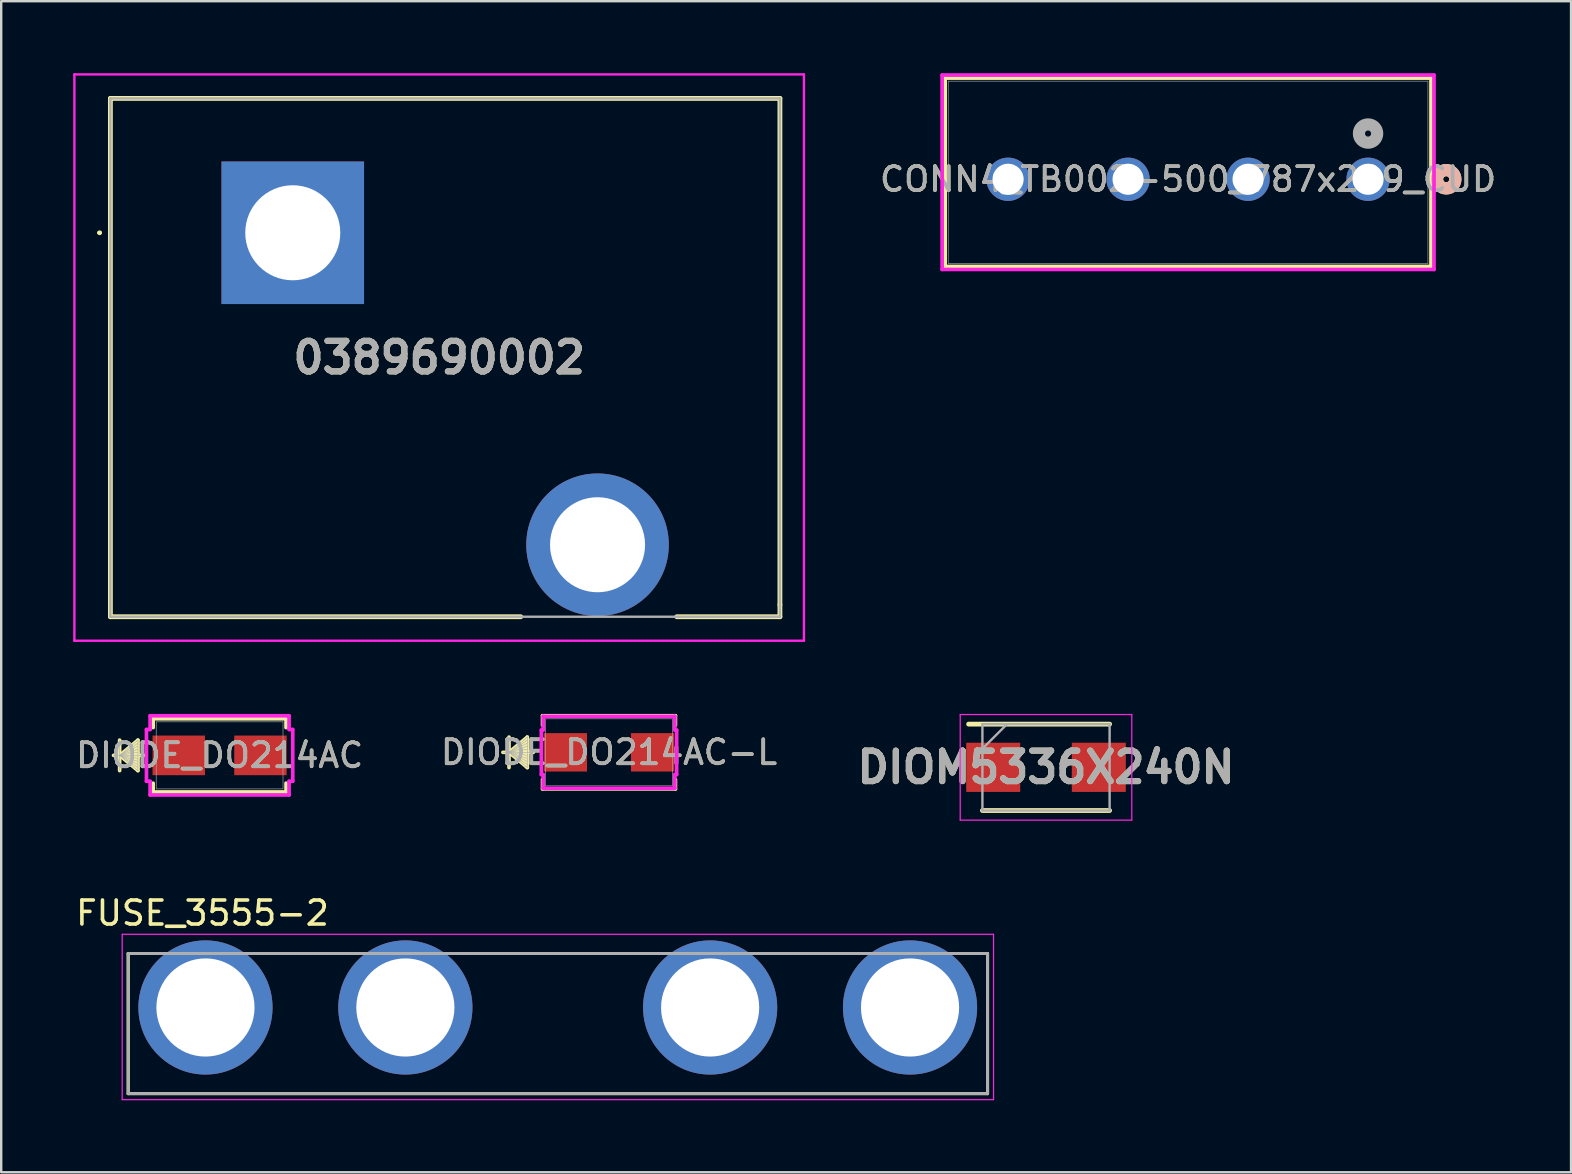
<source format=kicad_pcb>
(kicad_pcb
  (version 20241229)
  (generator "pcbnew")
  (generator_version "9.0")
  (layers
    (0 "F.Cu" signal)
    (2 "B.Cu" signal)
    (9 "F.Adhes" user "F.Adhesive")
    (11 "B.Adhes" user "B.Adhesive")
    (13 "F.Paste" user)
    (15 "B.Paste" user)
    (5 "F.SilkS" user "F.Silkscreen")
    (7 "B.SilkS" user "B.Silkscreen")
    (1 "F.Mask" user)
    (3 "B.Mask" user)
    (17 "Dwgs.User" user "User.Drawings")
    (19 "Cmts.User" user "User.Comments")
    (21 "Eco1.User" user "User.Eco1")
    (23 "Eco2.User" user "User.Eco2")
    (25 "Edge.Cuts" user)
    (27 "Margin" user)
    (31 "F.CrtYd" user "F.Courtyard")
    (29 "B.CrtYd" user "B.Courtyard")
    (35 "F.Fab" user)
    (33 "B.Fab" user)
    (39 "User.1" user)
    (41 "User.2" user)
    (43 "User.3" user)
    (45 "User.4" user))
  (footprint "CONN4_TB002-500_787x299_CUD"
    (layer "F.Cu")
    (at 53.958 4.42)
    (property "Reference" "CONN4_TB002-500_787x299_CUD" (at -7.5 0 0) (unlocked yes) (layer "F.SilkS") (effects (font (size 1 1) (thickness 0.15))))
    (attr through_hole)
    (fp_line (start -17.622 -4.216) (end -17.622 3.632) (stroke (width 0.152) (type solid)) (layer "F.SilkS"))
    (fp_line (start -17.622 3.632) (end 2.622 3.632) (stroke (width 0.152) (type solid)) (layer "F.SilkS"))
    (fp_line (start 2.622 -4.216) (end -17.622 -4.216) (stroke (width 0.152) (type solid)) (layer "F.SilkS"))
    (fp_line (start 2.622 3.632) (end 2.622 -4.216) (stroke (width 0.152) (type solid)) (layer "F.SilkS"))
    (fp_circle (center 3.257 0) (end 3.638 0) (stroke (width 0.508) (type solid)) (fill no) (layer "F.SilkS"))
    (fp_circle (center 3.257 0) (end 3.638 0) (stroke (width 0.508) (type solid)) (fill no) (layer "B.SilkS"))
    (fp_line (start -17.749 -4.343) (end -17.749 3.759) (stroke (width 0.152) (type solid)) (layer "F.CrtYd"))
    (fp_line (start -17.749 3.759) (end 2.749 3.759) (stroke (width 0.152) (type solid)) (layer "F.CrtYd"))
    (fp_line (start 2.749 -4.343) (end -17.749 -4.343) (stroke (width 0.152) (type solid)) (layer "F.CrtYd"))
    (fp_line (start 2.749 3.759) (end 2.749 -4.343) (stroke (width 0.152) (type solid)) (layer "F.CrtYd"))
    (fp_line (start -17.495 -4.089) (end -17.495 3.505) (stroke (width 0.025) (type solid)) (layer "F.Fab"))
    (fp_line (start -17.495 3.505) (end 2.495 3.505) (stroke (width 0.025) (type solid)) (layer "F.Fab"))
    (fp_line (start 2.495 -4.089) (end -17.495 -4.089) (stroke (width 0.025) (type solid)) (layer "F.Fab"))
    (fp_line (start 2.495 3.505) (end 2.495 -4.089) (stroke (width 0.025) (type solid)) (layer "F.Fab"))
    (fp_circle (center 0 -1.905) (end 0.381 -1.905) (stroke (width 0.508) (type solid)) (fill no) (layer "F.Fab"))
    (fp_text user "${REFERENCE}" (at -7.5 0 0) (unlocked yes) (layer "F.Fab") (effects (font (size 1 1) (thickness 0.15))))
    (pad "1" thru_hole circle (at 0 0) (size 1.803 1.803) (drill 1.295) (layers "*.Cu" "*.Mask"))
    (pad "2" thru_hole circle (at -5 0) (size 1.803 1.803) (drill 1.295) (layers "*.Cu" "*.Mask"))
    (pad "3" thru_hole circle (at -10 0) (size 1.803 1.803) (drill 1.295) (layers "*.Cu" "*.Mask"))
    (pad "4" thru_hole circle (at -15 0) (size 1.803 1.803) (drill 1.295) (layers "*.Cu" "*.Mask")))
  (footprint "DIODE_DO214AC"
    (layer "F.Cu")
    (at 6.101 28.427)
    (property "Reference" "DIODE_DO214AC" (at 0 0 0) (unlocked yes) (layer "F.SilkS") (effects (font (size 1 1) (thickness 0.15))))
    (attr smd)
    (fp_line (start -4.166 -0.635) (end -4.166 0.635) (stroke (width 0.152) (type solid)) (layer "F.SilkS"))
    (fp_line (start -4.166 0) (end -3.404 -0.635) (stroke (width 0.152) (type solid)) (layer "F.SilkS"))
    (fp_line (start -4.166 0) (end -3.404 -0.508) (stroke (width 0.152) (type solid)) (layer "F.SilkS"))
    (fp_line (start -4.166 0) (end -3.404 -0.381) (stroke (width 0.152) (type solid)) (layer "F.SilkS"))
    (fp_line (start -4.166 0) (end -3.404 -0.254) (stroke (width 0.152) (type solid)) (layer "F.SilkS"))
    (fp_line (start -4.166 0) (end -3.404 -0.127) (stroke (width 0.152) (type solid)) (layer "F.SilkS"))
    (fp_line (start -4.166 0) (end -3.404 0.127) (stroke (width 0.152) (type solid)) (layer "F.SilkS"))
    (fp_line (start -4.166 0) (end -3.404 0.254) (stroke (width 0.152) (type solid)) (layer "F.SilkS"))
    (fp_line (start -4.166 0) (end -3.404 0.381) (stroke (width 0.152) (type solid)) (layer "F.SilkS"))
    (fp_line (start -4.166 0) (end -3.404 0.508) (stroke (width 0.152) (type solid)) (layer "F.SilkS"))
    (fp_line (start -4.166 0) (end -3.404 0.635) (stroke (width 0.152) (type solid)) (layer "F.SilkS"))
    (fp_line (start -3.404 -0.635) (end -3.404 0.635) (stroke (width 0.152) (type solid)) (layer "F.SilkS"))
    (fp_line (start -3.15 0) (end -4.42 0) (stroke (width 0.152) (type solid)) (layer "F.SilkS"))
    (fp_line (start -2.769 -1.524) (end -2.769 -1.158) (stroke (width 0.152) (type solid)) (layer "F.SilkS"))
    (fp_line (start -2.769 1.158) (end -2.769 1.524) (stroke (width 0.152) (type solid)) (layer "F.SilkS"))
    (fp_line (start -2.769 1.524) (end 2.769 1.524) (stroke (width 0.152) (type solid)) (layer "F.SilkS"))
    (fp_line (start 2.769 -1.524) (end -2.769 -1.524) (stroke (width 0.152) (type solid)) (layer "F.SilkS"))
    (fp_line (start 2.769 -1.158) (end 2.769 -1.524) (stroke (width 0.152) (type solid)) (layer "F.SilkS"))
    (fp_line (start 2.769 1.524) (end 2.769 1.158) (stroke (width 0.152) (type solid)) (layer "F.SilkS"))
    (fp_line (start -3.048 -1.079) (end -2.896 -1.079) (stroke (width 0.152) (type solid)) (layer "F.CrtYd"))
    (fp_line (start -3.048 1.079) (end -3.048 -1.079) (stroke (width 0.152) (type solid)) (layer "F.CrtYd"))
    (fp_line (start -2.896 -1.651) (end 2.896 -1.651) (stroke (width 0.152) (type solid)) (layer "F.CrtYd"))
    (fp_line (start -2.896 -1.079) (end -2.896 -1.651) (stroke (width 0.152) (type solid)) (layer "F.CrtYd"))
    (fp_line (start -2.896 1.079) (end -3.048 1.079) (stroke (width 0.152) (type solid)) (layer "F.CrtYd"))
    (fp_line (start -2.896 1.651) (end -2.896 1.079) (stroke (width 0.152) (type solid)) (layer "F.CrtYd"))
    (fp_line (start 2.896 -1.651) (end 2.896 -1.079) (stroke (width 0.152) (type solid)) (layer "F.CrtYd"))
    (fp_line (start 2.896 -1.079) (end 3.048 -1.079) (stroke (width 0.152) (type solid)) (layer "F.CrtYd"))
    (fp_line (start 2.896 1.079) (end 2.896 1.651) (stroke (width 0.152) (type solid)) (layer "F.CrtYd"))
    (fp_line (start 2.896 1.651) (end -2.896 1.651) (stroke (width 0.152) (type solid)) (layer "F.CrtYd"))
    (fp_line (start 3.048 -1.079) (end 3.048 1.079) (stroke (width 0.152) (type solid)) (layer "F.CrtYd"))
    (fp_line (start 3.048 1.079) (end 2.896 1.079) (stroke (width 0.152) (type solid)) (layer "F.CrtYd"))
    (fp_line (start -4.166 -0.635) (end -4.166 0.635) (stroke (width 0.025) (type solid)) (layer "F.Fab"))
    (fp_line (start -4.166 0) (end -3.404 -0.635) (stroke (width 0.025) (type solid)) (layer "F.Fab"))
    (fp_line (start -4.166 0) (end -3.404 -0.508) (stroke (width 0.025) (type solid)) (layer "F.Fab"))
    (fp_line (start -4.166 0) (end -3.404 -0.381) (stroke (width 0.025) (type solid)) (layer "F.Fab"))
    (fp_line (start -4.166 0) (end -3.404 -0.254) (stroke (width 0.025) (type solid)) (layer "F.Fab"))
    (fp_line (start -4.166 0) (end -3.404 -0.127) (stroke (width 0.025) (type solid)) (layer "F.Fab"))
    (fp_line (start -4.166 0) (end -3.404 0.127) (stroke (width 0.025) (type solid)) (layer "F.Fab"))
    (fp_line (start -4.166 0) (end -3.404 0.254) (stroke (width 0.025) (type solid)) (layer "F.Fab"))
    (fp_line (start -4.166 0) (end -3.404 0.381) (stroke (width 0.025) (type solid)) (layer "F.Fab"))
    (fp_line (start -4.166 0) (end -3.404 0.508) (stroke (width 0.025) (type solid)) (layer "F.Fab"))
    (fp_line (start -4.166 0) (end -3.404 0.635) (stroke (width 0.025) (type solid)) (layer "F.Fab"))
    (fp_line (start -3.404 -0.635) (end -3.404 0.635) (stroke (width 0.025) (type solid)) (layer "F.Fab"))
    (fp_line (start -3.15 0) (end -4.42 0) (stroke (width 0.025) (type solid)) (layer "F.Fab"))
    (fp_line (start -2.642 -1.397) (end -2.642 1.397) (stroke (width 0.025) (type solid)) (layer "F.Fab"))
    (fp_line (start -2.642 1.397) (end 2.642 1.397) (stroke (width 0.025) (type solid)) (layer "F.Fab"))
    (fp_line (start 2.642 -1.397) (end -2.642 -1.397) (stroke (width 0.025) (type solid)) (layer "F.Fab"))
    (fp_line (start 2.642 1.397) (end 2.642 -1.397) (stroke (width 0.025) (type solid)) (layer "F.Fab"))
    (fp_text user "${REFERENCE}" (at 0 0 0) (unlocked yes) (layer "F.Fab") (effects (font (size 1 1) (thickness 0.15))))
    (pad "1" smd rect (at -1.702 0 90) (size 1.651 2.184) (layers "F.Cu" "F.Mask" "F.Paste"))
    (pad "2" smd rect (at 1.702 0 90) (size 1.651 2.184) (layers "F.Cu" "F.Mask" "F.Paste"))
    (zone (net_name "") (layer "F.Cu") (hatch full 0.508) (connect_pads) (min_thickness 0.254) (filled_areas_thickness no) (keepout (tracks not_allowed) (vias not_allowed) (pads allowed) (copperpour not_allowed) (footprints allowed)) (placement (enabled no)) (fill) (polygon (pts (xy 3.51 27.081) (xy 8.692 27.081) (xy 8.692 27.551) (xy 3.51 27.551))))
    (zone (net_name "") (layer "F.Cu") (hatch full 0.508) (connect_pads) (min_thickness 0.254) (filled_areas_thickness no) (keepout (tracks not_allowed) (vias not_allowed) (pads allowed) (copperpour not_allowed) (footprints allowed)) (placement (enabled no)) (fill) (polygon (pts (xy 3.51 29.303) (xy 8.692 29.303) (xy 8.692 29.773) (xy 3.51 29.773))))
    (zone (net_name "") (layer "F.Cu") (hatch full 0.508) (connect_pads) (min_thickness 0.254) (filled_areas_thickness no) (keepout (tracks not_allowed) (vias not_allowed) (pads allowed) (copperpour not_allowed) (footprints allowed)) (placement (enabled no)) (fill) (polygon (pts (xy 5.542 27.551) (xy 6.66 27.551) (xy 6.66 29.303) (xy 5.542 29.303)))))
  (footprint "FUSE_3555-2"
    (layer "F.Cu")
    (at 20.197 38.933)
    (property "Reference" "FUSE_3555-2" (at -14.81 -3.935 0) (layer "F.SilkS") (effects (font (size 1 1) (thickness 0.15))))
    (attr through_hole)
    (fp_line (start -17.905 -2.25) (end -17.905 3.59) (stroke (width 0.127) (type solid)) (layer "F.SilkS"))
    (fp_line (start -17.905 3.59) (end 17.905 3.59) (stroke (width 0.127) (type solid)) (layer "F.SilkS"))
    (fp_line (start -17.285 -2.25) (end -17.905 -2.25) (stroke (width 0.127) (type solid)) (layer "F.SilkS"))
    (fp_line (start -11.6 -2.25) (end -9.4 -2.25) (stroke (width 0.127) (type solid)) (layer "F.SilkS"))
    (fp_line (start -3.5 -2.25) (end 3.5 -2.25) (stroke (width 0.127) (type solid)) (layer "F.SilkS"))
    (fp_line (start 9.4 -2.25) (end 11.6 -2.25) (stroke (width 0.127) (type solid)) (layer "F.SilkS"))
    (fp_line (start 17.905 -2.25) (end 17.315 -2.25) (stroke (width 0.127) (type solid)) (layer "F.SilkS"))
    (fp_line (start 17.905 3.59) (end 17.905 -2.25) (stroke (width 0.127) (type solid)) (layer "F.SilkS"))
    (fp_line (start -18.155 -3.05) (end 18.155 -3.05) (stroke (width 0.05) (type solid)) (layer "F.CrtYd"))
    (fp_line (start -18.155 3.84) (end -18.155 -3.05) (stroke (width 0.05) (type solid)) (layer "F.CrtYd"))
    (fp_line (start 18.155 -3.05) (end 18.155 3.84) (stroke (width 0.05) (type solid)) (layer "F.CrtYd"))
    (fp_line (start 18.155 3.84) (end -18.155 3.84) (stroke (width 0.05) (type solid)) (layer "F.CrtYd"))
    (fp_line (start -17.905 -2.25) (end 17.905 -2.25) (stroke (width 0.127) (type solid)) (layer "F.Fab"))
    (fp_line (start -17.905 3.59) (end -17.905 -2.25) (stroke (width 0.127) (type solid)) (layer "F.Fab"))
    (fp_line (start 17.905 -2.25) (end 17.905 3.59) (stroke (width 0.127) (type solid)) (layer "F.Fab"))
    (fp_line (start 17.905 3.59) (end -17.905 3.59) (stroke (width 0.127) (type solid)) (layer "F.Fab"))
    (pad "1_1" thru_hole circle (at -14.685 0) (size 5.59 5.59) (drill 4.09) (layers "*.Cu" "*.Mask"))
    (pad "1_2" thru_hole circle (at -6.355 0) (size 5.59 5.59) (drill 4.09) (layers "*.Cu" "*.Mask"))
    (pad "2_1" thru_hole circle (at 6.345 0) (size 5.59 5.59) (drill 4.09) (layers "*.Cu" "*.Mask"))
    (pad "2_2" thru_hole circle (at 14.675 0) (size 5.59 5.59) (drill 4.09) (layers "*.Cu" "*.Mask")))
  (footprint "0389690002"
    (layer "F.Cu")
    (at 9.15 6.65)
    (property "Reference" "0389690002" (at 6.1 5.2 0) (layer "F.SilkS") (effects (font (size 1.27 1.27) (thickness 0.254))))
    (attr through_hole)
    (fp_line (start -8.1 0) (end -8.1 0) (stroke (width 0.1) (type solid)) (layer "F.SilkS"))
    (fp_line (start -8 0) (end -8 0) (stroke (width 0.1) (type solid)) (layer "F.SilkS"))
    (fp_line (start -7.6 -5.6) (end 20.3 -5.6) (stroke (width 0.2) (type solid)) (layer "F.SilkS"))
    (fp_line (start -7.6 16) (end -7.6 -5.6) (stroke (width 0.2) (type solid)) (layer "F.SilkS"))
    (fp_line (start 9.5 16) (end -7.6 16) (stroke (width 0.2) (type solid)) (layer "F.SilkS"))
    (fp_line (start 20.3 -5.6) (end 20.3 15.5) (stroke (width 0.2) (type solid)) (layer "F.SilkS"))
    (fp_line (start 20.3 15.5) (end 20.3 16) (stroke (width 0.2) (type solid)) (layer "F.SilkS"))
    (fp_line (start 20.3 16) (end 16 16) (stroke (width 0.2) (type solid)) (layer "F.SilkS"))
    (fp_arc (start -8.1 0) (mid -8.05 -0.05) (end -8 0) (stroke (width 0.1) (type solid)) (layer "F.SilkS"))
    (fp_arc (start -8 0) (mid -8.05 0.05) (end -8.1 0) (stroke (width 0.1) (type solid)) (layer "F.SilkS"))
    (fp_line (start -9.1 -6.6) (end 21.3 -6.6) (stroke (width 0.1) (type solid)) (layer "F.CrtYd"))
    (fp_line (start -9.1 17) (end -9.1 -6.6) (stroke (width 0.1) (type solid)) (layer "F.CrtYd"))
    (fp_line (start 21.3 -6.6) (end 21.3 17) (stroke (width 0.1) (type solid)) (layer "F.CrtYd"))
    (fp_line (start 21.3 17) (end -9.1 17) (stroke (width 0.1) (type solid)) (layer "F.CrtYd"))
    (fp_line (start -7.6 -5.6) (end 20.3 -5.6) (stroke (width 0.1) (type solid)) (layer "F.Fab"))
    (fp_line (start -7.6 16) (end -7.6 -5.6) (stroke (width 0.1) (type solid)) (layer "F.Fab"))
    (fp_line (start 20.3 -5.6) (end 20.3 16) (stroke (width 0.1) (type solid)) (layer "F.Fab"))
    (fp_line (start 20.3 16) (end -7.6 16) (stroke (width 0.1) (type solid)) (layer "F.Fab"))
    (fp_text user "${REFERENCE}" (at 6.1 5.2 0) (layer "F.Fab") (effects (font (size 1.27 1.27) (thickness 0.254))))
    (pad "1" thru_hole rect (at 0 0) (size 5.94 5.94) (drill 3.96) (layers "*.Cu" "*.Mask"))
    (pad "2" thru_hole circle (at 12.7 13) (size 5.94 5.94) (drill 3.96) (layers "*.Cu" "*.Mask")))
  (footprint "DIOM5336X240N"
    (layer "F.Cu")
    (at 40.538 28.925)
    (property "Reference" "DIOM5336X240N" (at 0 0 0) (layer "F.SilkS") (effects (font (size 1.27 1.27) (thickness 0.254))))
    (attr smd)
    (fp_line (start -2.65 1.8) (end 2.65 1.8) (stroke (width 0.2) (type solid)) (layer "F.SilkS"))
    (fp_line (start 2.65 -1.8) (end -3.225 -1.8) (stroke (width 0.2) (type solid)) (layer "F.SilkS"))
    (fp_line (start -3.575 -2.2) (end 3.575 -2.2) (stroke (width 0.05) (type solid)) (layer "F.CrtYd"))
    (fp_line (start -3.575 2.2) (end -3.575 -2.2) (stroke (width 0.05) (type solid)) (layer "F.CrtYd"))
    (fp_line (start 3.575 -2.2) (end 3.575 2.2) (stroke (width 0.05) (type solid)) (layer "F.CrtYd"))
    (fp_line (start 3.575 2.2) (end -3.575 2.2) (stroke (width 0.05) (type solid)) (layer "F.CrtYd"))
    (fp_line (start -2.65 -1.8) (end 2.65 -1.8) (stroke (width 0.1) (type solid)) (layer "F.Fab"))
    (fp_line (start -2.65 -0.775) (end -1.625 -1.8) (stroke (width 0.1) (type solid)) (layer "F.Fab"))
    (fp_line (start -2.65 1.8) (end -2.65 -1.8) (stroke (width 0.1) (type solid)) (layer "F.Fab"))
    (fp_line (start 2.65 -1.8) (end 2.65 1.8) (stroke (width 0.1) (type solid)) (layer "F.Fab"))
    (fp_line (start 2.65 1.8) (end -2.65 1.8) (stroke (width 0.1) (type solid)) (layer "F.Fab"))
    (fp_text user "${REFERENCE}" (at 0 0 0) (layer "F.Fab") (effects (font (size 1.27 1.27) (thickness 0.254))))
    (pad "1" smd rect (at -2.2 0 90) (size 2.05 2.25) (layers "F.Cu" "F.Mask" "F.Paste"))
    (pad "2" smd rect (at 2.2 0 90) (size 2.05 2.25) (layers "F.Cu" "F.Mask" "F.Paste")))
  (footprint "DIODE_DO214AC-L"
    (layer "F.Cu")
    (at 22.327 28.3)
    (property "Reference" "DIODE_DO214AC-L" (at 0 0 0) (unlocked yes) (layer "F.SilkS") (effects (font (size 1 1) (thickness 0.15))))
    (attr smd)
    (fp_line (start -4.166 -0.635) (end -4.166 0.635) (stroke (width 0.152) (type solid)) (layer "F.SilkS"))
    (fp_line (start -4.166 0) (end -3.404 -0.635) (stroke (width 0.152) (type solid)) (layer "F.SilkS"))
    (fp_line (start -4.166 0) (end -3.404 -0.508) (stroke (width 0.152) (type solid)) (layer "F.SilkS"))
    (fp_line (start -4.166 0) (end -3.404 -0.381) (stroke (width 0.152) (type solid)) (layer "F.SilkS"))
    (fp_line (start -4.166 0) (end -3.404 -0.254) (stroke (width 0.152) (type solid)) (layer "F.SilkS"))
    (fp_line (start -4.166 0) (end -3.404 -0.127) (stroke (width 0.152) (type solid)) (layer "F.SilkS"))
    (fp_line (start -4.166 0) (end -3.404 0.127) (stroke (width 0.152) (type solid)) (layer "F.SilkS"))
    (fp_line (start -4.166 0) (end -3.404 0.254) (stroke (width 0.152) (type solid)) (layer "F.SilkS"))
    (fp_line (start -4.166 0) (end -3.404 0.381) (stroke (width 0.152) (type solid)) (layer "F.SilkS"))
    (fp_line (start -4.166 0) (end -3.404 0.508) (stroke (width 0.152) (type solid)) (layer "F.SilkS"))
    (fp_line (start -4.166 0) (end -3.404 0.635) (stroke (width 0.152) (type solid)) (layer "F.SilkS"))
    (fp_line (start -3.404 -0.635) (end -3.404 0.635) (stroke (width 0.152) (type solid)) (layer "F.SilkS"))
    (fp_line (start -3.15 0) (end -4.42 0) (stroke (width 0.152) (type solid)) (layer "F.SilkS"))
    (fp_line (start -2.769 -1.524) (end -2.769 -1.129) (stroke (width 0.152) (type solid)) (layer "F.SilkS"))
    (fp_line (start -2.769 1.129) (end -2.769 1.524) (stroke (width 0.152) (type solid)) (layer "F.SilkS"))
    (fp_line (start -2.769 1.524) (end 2.769 1.524) (stroke (width 0.152) (type solid)) (layer "F.SilkS"))
    (fp_line (start 2.769 -1.524) (end -2.769 -1.524) (stroke (width 0.152) (type solid)) (layer "F.SilkS"))
    (fp_line (start 2.769 -1.129) (end 2.769 -1.524) (stroke (width 0.152) (type solid)) (layer "F.SilkS"))
    (fp_line (start 2.769 1.524) (end 2.769 1.129) (stroke (width 0.152) (type solid)) (layer "F.SilkS"))
    (fp_line (start -2.819 -0.927) (end -2.743 -0.927) (stroke (width 0.152) (type solid)) (layer "F.CrtYd"))
    (fp_line (start -2.819 0.927) (end -2.819 -0.927) (stroke (width 0.152) (type solid)) (layer "F.CrtYd"))
    (fp_line (start -2.743 -1.499) (end 2.743 -1.499) (stroke (width 0.152) (type solid)) (layer "F.CrtYd"))
    (fp_line (start -2.743 -0.927) (end -2.743 -1.499) (stroke (width 0.152) (type solid)) (layer "F.CrtYd"))
    (fp_line (start -2.743 0.927) (end -2.819 0.927) (stroke (width 0.152) (type solid)) (layer "F.CrtYd"))
    (fp_line (start -2.743 1.499) (end -2.743 0.927) (stroke (width 0.152) (type solid)) (layer "F.CrtYd"))
    (fp_line (start 2.743 -1.499) (end 2.743 -0.927) (stroke (width 0.152) (type solid)) (layer "F.CrtYd"))
    (fp_line (start 2.743 -0.927) (end 2.819 -0.927) (stroke (width 0.152) (type solid)) (layer "F.CrtYd"))
    (fp_line (start 2.743 0.927) (end 2.743 1.499) (stroke (width 0.152) (type solid)) (layer "F.CrtYd"))
    (fp_line (start 2.743 1.499) (end -2.743 1.499) (stroke (width 0.152) (type solid)) (layer "F.CrtYd"))
    (fp_line (start 2.819 -0.927) (end 2.819 0.927) (stroke (width 0.152) (type solid)) (layer "F.CrtYd"))
    (fp_line (start 2.819 0.927) (end 2.743 0.927) (stroke (width 0.152) (type solid)) (layer "F.CrtYd"))
    (fp_line (start -4.166 -0.635) (end -4.166 0.635) (stroke (width 0.025) (type solid)) (layer "F.Fab"))
    (fp_line (start -4.166 0) (end -3.404 -0.635) (stroke (width 0.025) (type solid)) (layer "F.Fab"))
    (fp_line (start -4.166 0) (end -3.404 -0.508) (stroke (width 0.025) (type solid)) (layer "F.Fab"))
    (fp_line (start -4.166 0) (end -3.404 -0.381) (stroke (width 0.025) (type solid)) (layer "F.Fab"))
    (fp_line (start -4.166 0) (end -3.404 -0.254) (stroke (width 0.025) (type solid)) (layer "F.Fab"))
    (fp_line (start -4.166 0) (end -3.404 -0.127) (stroke (width 0.025) (type solid)) (layer "F.Fab"))
    (fp_line (start -4.166 0) (end -3.404 0.127) (stroke (width 0.025) (type solid)) (layer "F.Fab"))
    (fp_line (start -4.166 0) (end -3.404 0.254) (stroke (width 0.025) (type solid)) (layer "F.Fab"))
    (fp_line (start -4.166 0) (end -3.404 0.381) (stroke (width 0.025) (type solid)) (layer "F.Fab"))
    (fp_line (start -4.166 0) (end -3.404 0.508) (stroke (width 0.025) (type solid)) (layer "F.Fab"))
    (fp_line (start -4.166 0) (end -3.404 0.635) (stroke (width 0.025) (type solid)) (layer "F.Fab"))
    (fp_line (start -3.404 -0.635) (end -3.404 0.635) (stroke (width 0.025) (type solid)) (layer "F.Fab"))
    (fp_line (start -3.15 0) (end -4.42 0) (stroke (width 0.025) (type solid)) (layer "F.Fab"))
    (fp_line (start -2.642 -1.397) (end -2.642 1.397) (stroke (width 0.025) (type solid)) (layer "F.Fab"))
    (fp_line (start -2.642 1.397) (end 2.642 1.397) (stroke (width 0.025) (type solid)) (layer "F.Fab"))
    (fp_line (start 2.642 -1.397) (end -2.642 -1.397) (stroke (width 0.025) (type solid)) (layer "F.Fab"))
    (fp_line (start 2.642 1.397) (end 2.642 -1.397) (stroke (width 0.025) (type solid)) (layer "F.Fab"))
    (fp_text user "${REFERENCE}" (at 0 0 0) (unlocked yes) (layer "F.Fab") (effects (font (size 1 1) (thickness 0.15))))
    (pad "1" smd rect (at -1.816 0 90) (size 1.6 1.803) (layers "F.Cu" "F.Mask" "F.Paste"))
    (pad "2" smd rect (at 1.816 0 90) (size 1.6 1.803) (layers "F.Cu" "F.Mask" "F.Paste"))
    (zone (net_name "") (layer "F.Cu") (hatch full 0.508) (connect_pads) (min_thickness 0.254) (filled_areas_thickness no) (keepout (tracks not_allowed) (vias not_allowed) (pads allowed) (copperpour not_allowed) (footprints allowed)) (placement (enabled no)) (fill) (polygon (pts (xy 19.737 26.954) (xy 24.918 26.954) (xy 24.918 27.424) (xy 19.737 27.424))))
    (zone (net_name "") (layer "F.Cu") (hatch full 0.508) (connect_pads) (min_thickness 0.254) (filled_areas_thickness no) (keepout (tracks not_allowed) (vias not_allowed) (pads allowed) (copperpour not_allowed) (footprints allowed)) (placement (enabled no)) (fill) (polygon (pts (xy 19.737 29.177) (xy 24.918 29.177) (xy 24.918 29.646) (xy 19.737 29.646))))
    (zone (net_name "") (layer "F.Cu") (hatch full 0.508) (connect_pads) (min_thickness 0.254) (filled_areas_thickness no) (keepout (tracks not_allowed) (vias not_allowed) (pads allowed) (copperpour not_allowed) (footprints allowed)) (placement (enabled no)) (fill) (polygon (pts (xy 21.464 27.424) (xy 23.191 27.424) (xy 23.191 29.177) (xy 21.464 29.177)))))
  (gr_rect
    (start -3 -3)
    (end 62.417 45.798)
    (stroke (width 0.1) (type default))
    (fill no)
    (layer "Edge.Cuts")))
</source>
